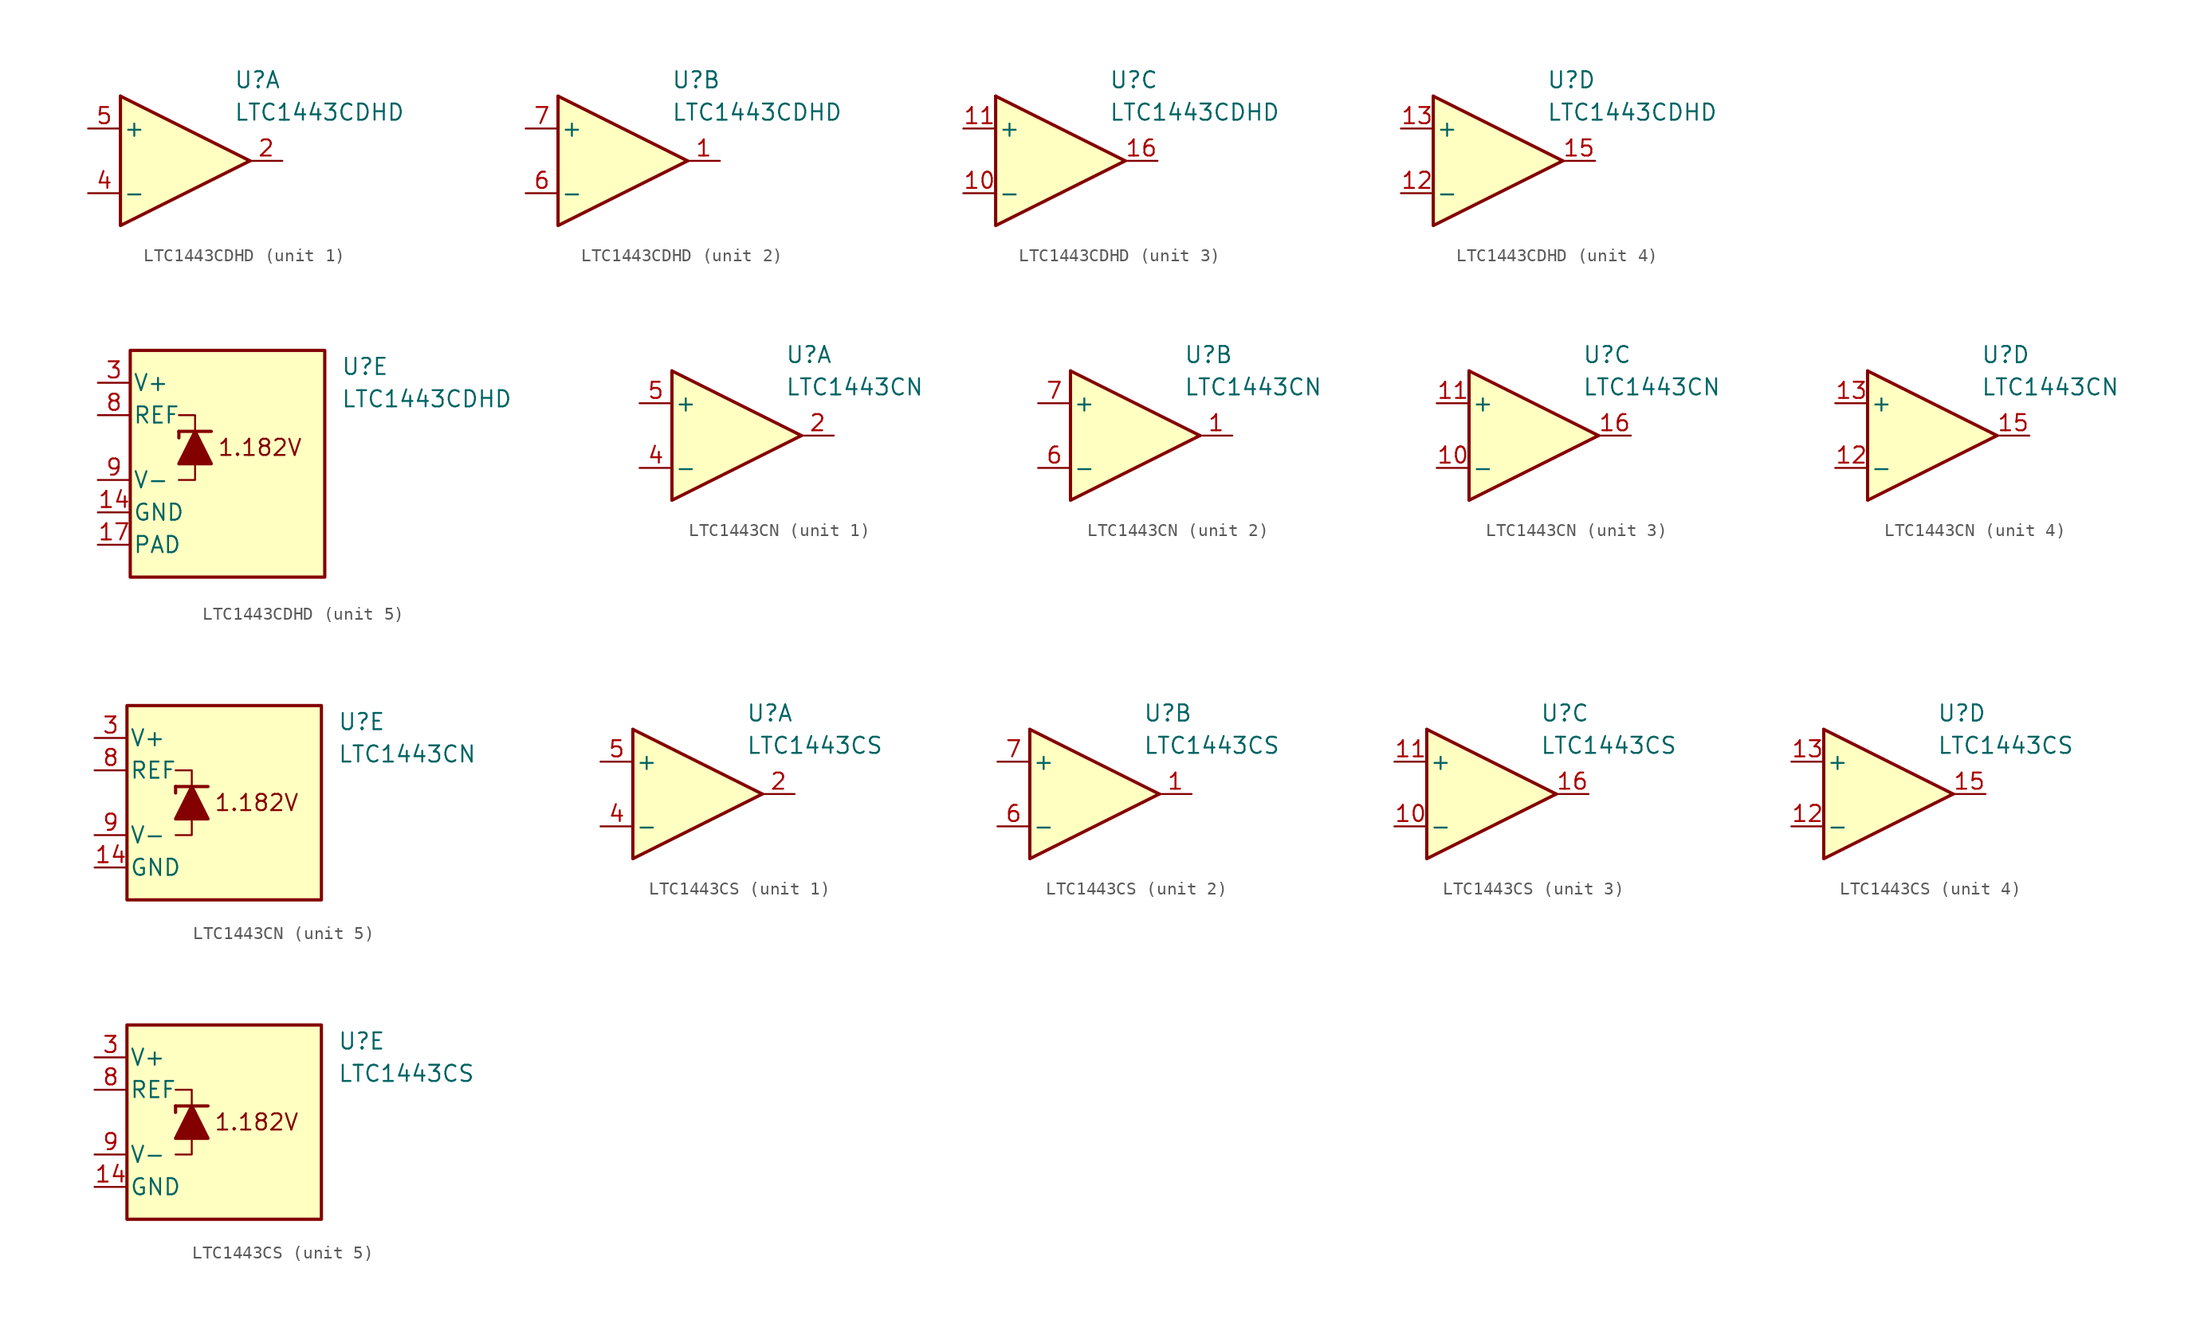
<source format=kicad_sym>
(kicad_symbol_lib
  (version 20211014)
  (generator kicad_symbol_editor)
  (symbol "LTC1443CDHD"
    (pin_names
      (offset 0.2))
    (property "Reference" "U"
      (at 5.08 6.35 0)
      (effects (font (size 1.27 1.27)) (justify left)))
    (property "Value" "LTC1443CDHD"
      (at 5.08 3.81 0)
      (effects (font (size 1.27 1.27)) (justify left)))
    (property "ki_locked" ""
      (at 0 0 0)
      (effects (font (size 1.27 1.27))))
    (symbol "LTC1443CDHD_1_1"
      (polyline (pts (xy -3.81 5.08) (xy 6.35 0)) (stroke (width 0.254) (type default) (color 0 0 0 0)) (fill (type none)))
      (polyline (pts (xy -3.81 5.08) (xy -3.81 -5.08) (xy 6.35 0)) (stroke (width 0.254) (type default) (color 0 0 0 0)) (fill (type background)))
      (pin output line (at 8.89 0 180) (length 2.54) (name "~" (effects (font (size 1.27 1.27)))) (number "2" (effects (font (size 1.27 1.27)))))
      (pin input line (at -6.35 -2.54 0) (length 2.54) (name "-" (effects (font (size 1.27 1.27)))) (number "4" (effects (font (size 1.27 1.27)))))
      (pin input line (at -6.35 2.54 0) (length 2.54) (name "+" (effects (font (size 1.27 1.27)))) (number "5" (effects (font (size 1.27 1.27))))))
    (symbol "LTC1443CDHD_2_1"
      (polyline (pts (xy -3.81 5.08) (xy 6.35 0)) (stroke (width 0.254) (type default) (color 0 0 0 0)) (fill (type none)))
      (polyline (pts (xy -3.81 5.08) (xy -3.81 -5.08) (xy 6.35 0)) (stroke (width 0.254) (type default) (color 0 0 0 0)) (fill (type background)))
      (pin output line (at 8.89 0 180) (length 2.54) (name "~" (effects (font (size 1.27 1.27)))) (number "1" (effects (font (size 1.27 1.27)))))
      (pin input line (at -6.35 -2.54 0) (length 2.54) (name "-" (effects (font (size 1.27 1.27)))) (number "6" (effects (font (size 1.27 1.27)))))
      (pin input line (at -6.35 2.54 0) (length 2.54) (name "+" (effects (font (size 1.27 1.27)))) (number "7" (effects (font (size 1.27 1.27))))))
    (symbol "LTC1443CDHD_3_1"
      (polyline (pts (xy -3.81 5.08) (xy 6.35 0)) (stroke (width 0.254) (type default) (color 0 0 0 0)) (fill (type none)))
      (polyline (pts (xy -3.81 5.08) (xy -3.81 -5.08) (xy 6.35 0)) (stroke (width 0.254) (type default) (color 0 0 0 0)) (fill (type background)))
      (pin input line (at -6.35 -2.54 0) (length 2.54) (name "-" (effects (font (size 1.27 1.27)))) (number "10" (effects (font (size 1.27 1.27)))))
      (pin input line (at -6.35 2.54 0) (length 2.54) (name "+" (effects (font (size 1.27 1.27)))) (number "11" (effects (font (size 1.27 1.27)))))
      (pin output line (at 8.89 0 180) (length 2.54) (name "~" (effects (font (size 1.27 1.27)))) (number "16" (effects (font (size 1.27 1.27))))))
    (symbol "LTC1443CDHD_4_1"
      (polyline (pts (xy -3.81 5.08) (xy 6.35 0)) (stroke (width 0.254) (type default) (color 0 0 0 0)) (fill (type none)))
      (polyline (pts (xy -3.81 5.08) (xy -3.81 -5.08) (xy 6.35 0)) (stroke (width 0.254) (type default) (color 0 0 0 0)) (fill (type background)))
      (pin input line (at -6.35 -2.54 0) (length 2.54) (name "-" (effects (font (size 1.27 1.27)))) (number "12" (effects (font (size 1.27 1.27)))))
      (pin input line (at -6.35 2.54 0) (length 2.54) (name "+" (effects (font (size 1.27 1.27)))) (number "13" (effects (font (size 1.27 1.27)))))
      (pin output line (at 8.89 0 180) (length 2.54) (name "~" (effects (font (size 1.27 1.27)))) (number "15" (effects (font (size 1.27 1.27))))))
    (symbol "LTC1443CDHD_5_0"
      (text "1.182V" (at -1.27 0 0) (effects (font (size 1.27 1.27)))))
    (symbol "LTC1443CDHD_5_1"
      (rectangle (start -11.43 7.62) (end 3.81 -10.16) (stroke (width 0.254) (type default) (color 0 0 0 0)) (fill (type background)))
      (polyline (pts (xy -7.62 1.27) (xy -7.62 0.762)) (stroke (width 0.254) (type default) (color 0 0 0 0)) (fill (type none)))
      (polyline (pts (xy -7.62 1.27) (xy -5.08 1.27)) (stroke (width 0.254) (type default) (color 0 0 0 0)) (fill (type none)))
      (polyline (pts (xy -6.35 -1.27) (xy -6.35 -2.54) (xy -7.62 -2.54)) (stroke (width 0) (type default) (color 0 0 0 0)) (fill (type none)))
      (polyline (pts (xy -6.35 1.27) (xy -6.35 2.54) (xy -7.62 2.54)) (stroke (width 0) (type default) (color 0 0 0 0)) (fill (type none)))
      (polyline (pts (xy -5.08 -1.27) (xy -7.62 -1.27) (xy -6.35 1.27) (xy -5.08 -1.27)) (stroke (width 0.254) (type default) (color 0 0 0 0)) (fill (type outline)))
      (pin power_in line (at -13.97 -5.08 0) (length 2.54) (name "GND" (effects (font (size 1.27 1.27)))) (number "14" (effects (font (size 1.27 1.27)))))
      (pin power_in line (at -13.97 -7.62 0) (length 2.54) (name "PAD" (effects (font (size 1.27 1.27)))) (number "17" (effects (font (size 1.27 1.27)))))
      (pin power_in line (at -13.97 5.08 0) (length 2.54) (name "V+" (effects (font (size 1.27 1.27)))) (number "3" (effects (font (size 1.27 1.27)))))
      (pin output line (at -13.97 2.54 0) (length 2.54) (name "REF" (effects (font (size 1.27 1.27)))) (number "8" (effects (font (size 1.27 1.27)))))
      (pin power_in line (at -13.97 -2.54 0) (length 2.54) (name "V-" (effects (font (size 1.27 1.27)))) (number "9" (effects (font (size 1.27 1.27)))))))
  (symbol "LTC1443CN"
    (pin_names
      (offset 0.2))
    (property "Reference" "U"
      (at 5.08 6.35 0)
      (effects (font (size 1.27 1.27)) (justify left)))
    (property "Value" "LTC1443CN"
      (at 5.08 3.81 0)
      (effects (font (size 1.27 1.27)) (justify left)))
    (property "ki_locked" ""
      (at 0 0 0)
      (effects (font (size 1.27 1.27))))
    (symbol "LTC1443CN_1_1"
      (polyline (pts (xy -3.81 5.08) (xy 6.35 0)) (stroke (width 0.254) (type default) (color 0 0 0 0)) (fill (type none)))
      (polyline (pts (xy -3.81 5.08) (xy -3.81 -5.08) (xy 6.35 0)) (stroke (width 0.254) (type default) (color 0 0 0 0)) (fill (type background)))
      (pin output line (at 8.89 0 180) (length 2.54) (name "~" (effects (font (size 1.27 1.27)))) (number "2" (effects (font (size 1.27 1.27)))))
      (pin input line (at -6.35 -2.54 0) (length 2.54) (name "-" (effects (font (size 1.27 1.27)))) (number "4" (effects (font (size 1.27 1.27)))))
      (pin input line (at -6.35 2.54 0) (length 2.54) (name "+" (effects (font (size 1.27 1.27)))) (number "5" (effects (font (size 1.27 1.27))))))
    (symbol "LTC1443CN_2_1"
      (polyline (pts (xy -3.81 5.08) (xy 6.35 0)) (stroke (width 0.254) (type default) (color 0 0 0 0)) (fill (type none)))
      (polyline (pts (xy -3.81 5.08) (xy -3.81 -5.08) (xy 6.35 0)) (stroke (width 0.254) (type default) (color 0 0 0 0)) (fill (type background)))
      (pin output line (at 8.89 0 180) (length 2.54) (name "~" (effects (font (size 1.27 1.27)))) (number "1" (effects (font (size 1.27 1.27)))))
      (pin input line (at -6.35 -2.54 0) (length 2.54) (name "-" (effects (font (size 1.27 1.27)))) (number "6" (effects (font (size 1.27 1.27)))))
      (pin input line (at -6.35 2.54 0) (length 2.54) (name "+" (effects (font (size 1.27 1.27)))) (number "7" (effects (font (size 1.27 1.27))))))
    (symbol "LTC1443CN_3_1"
      (polyline (pts (xy -3.81 5.08) (xy 6.35 0)) (stroke (width 0.254) (type default) (color 0 0 0 0)) (fill (type none)))
      (polyline (pts (xy -3.81 5.08) (xy -3.81 -5.08) (xy 6.35 0)) (stroke (width 0.254) (type default) (color 0 0 0 0)) (fill (type background)))
      (pin input line (at -6.35 -2.54 0) (length 2.54) (name "-" (effects (font (size 1.27 1.27)))) (number "10" (effects (font (size 1.27 1.27)))))
      (pin input line (at -6.35 2.54 0) (length 2.54) (name "+" (effects (font (size 1.27 1.27)))) (number "11" (effects (font (size 1.27 1.27)))))
      (pin output line (at 8.89 0 180) (length 2.54) (name "~" (effects (font (size 1.27 1.27)))) (number "16" (effects (font (size 1.27 1.27))))))
    (symbol "LTC1443CN_4_1"
      (polyline (pts (xy -3.81 5.08) (xy 6.35 0)) (stroke (width 0.254) (type default) (color 0 0 0 0)) (fill (type none)))
      (polyline (pts (xy -3.81 5.08) (xy -3.81 -5.08) (xy 6.35 0)) (stroke (width 0.254) (type default) (color 0 0 0 0)) (fill (type background)))
      (pin input line (at -6.35 -2.54 0) (length 2.54) (name "-" (effects (font (size 1.27 1.27)))) (number "12" (effects (font (size 1.27 1.27)))))
      (pin input line (at -6.35 2.54 0) (length 2.54) (name "+" (effects (font (size 1.27 1.27)))) (number "13" (effects (font (size 1.27 1.27)))))
      (pin output line (at 8.89 0 180) (length 2.54) (name "~" (effects (font (size 1.27 1.27)))) (number "15" (effects (font (size 1.27 1.27))))))
    (symbol "LTC1443CN_5_0"
      (text "1.182V" (at -1.27 0 0) (effects (font (size 1.27 1.27)))))
    (symbol "LTC1443CN_5_1"
      (rectangle (start -11.43 7.62) (end 3.81 -7.62) (stroke (width 0.254) (type default) (color 0 0 0 0)) (fill (type background)))
      (polyline (pts (xy -7.62 1.27) (xy -7.62 0.762)) (stroke (width 0.254) (type default) (color 0 0 0 0)) (fill (type none)))
      (polyline (pts (xy -7.62 1.27) (xy -5.08 1.27)) (stroke (width 0.254) (type default) (color 0 0 0 0)) (fill (type none)))
      (polyline (pts (xy -6.35 -1.27) (xy -6.35 -2.54) (xy -7.62 -2.54)) (stroke (width 0) (type default) (color 0 0 0 0)) (fill (type none)))
      (polyline (pts (xy -6.35 1.27) (xy -6.35 2.54) (xy -7.62 2.54)) (stroke (width 0) (type default) (color 0 0 0 0)) (fill (type none)))
      (polyline (pts (xy -5.08 -1.27) (xy -7.62 -1.27) (xy -6.35 1.27) (xy -5.08 -1.27)) (stroke (width 0.254) (type default) (color 0 0 0 0)) (fill (type outline)))
      (pin power_in line (at -13.97 -5.08 0) (length 2.54) (name "GND" (effects (font (size 1.27 1.27)))) (number "14" (effects (font (size 1.27 1.27)))))
      (pin power_in line (at -13.97 5.08 0) (length 2.54) (name "V+" (effects (font (size 1.27 1.27)))) (number "3" (effects (font (size 1.27 1.27)))))
      (pin output line (at -13.97 2.54 0) (length 2.54) (name "REF" (effects (font (size 1.27 1.27)))) (number "8" (effects (font (size 1.27 1.27)))))
      (pin power_in line (at -13.97 -2.54 0) (length 2.54) (name "V-" (effects (font (size 1.27 1.27)))) (number "9" (effects (font (size 1.27 1.27)))))))
  (symbol "LTC1443CS"
    (pin_names
      (offset 0.2))
    (property "Reference" "U"
      (at 5.08 6.35 0)
      (effects (font (size 1.27 1.27)) (justify left)))
    (property "Value" "LTC1443CS"
      (at 5.08 3.81 0)
      (effects (font (size 1.27 1.27)) (justify left)))
    (property "ki_locked" ""
      (at 0 0 0)
      (effects (font (size 1.27 1.27))))
    (symbol "LTC1443CS_1_1"
      (polyline (pts (xy -3.81 5.08) (xy 6.35 0)) (stroke (width 0.254) (type default) (color 0 0 0 0)) (fill (type none)))
      (polyline (pts (xy -3.81 5.08) (xy -3.81 -5.08) (xy 6.35 0)) (stroke (width 0.254) (type default) (color 0 0 0 0)) (fill (type background)))
      (pin output line (at 8.89 0 180) (length 2.54) (name "~" (effects (font (size 1.27 1.27)))) (number "2" (effects (font (size 1.27 1.27)))))
      (pin input line (at -6.35 -2.54 0) (length 2.54) (name "-" (effects (font (size 1.27 1.27)))) (number "4" (effects (font (size 1.27 1.27)))))
      (pin input line (at -6.35 2.54 0) (length 2.54) (name "+" (effects (font (size 1.27 1.27)))) (number "5" (effects (font (size 1.27 1.27))))))
    (symbol "LTC1443CS_2_1"
      (polyline (pts (xy -3.81 5.08) (xy 6.35 0)) (stroke (width 0.254) (type default) (color 0 0 0 0)) (fill (type none)))
      (polyline (pts (xy -3.81 5.08) (xy -3.81 -5.08) (xy 6.35 0)) (stroke (width 0.254) (type default) (color 0 0 0 0)) (fill (type background)))
      (pin output line (at 8.89 0 180) (length 2.54) (name "~" (effects (font (size 1.27 1.27)))) (number "1" (effects (font (size 1.27 1.27)))))
      (pin input line (at -6.35 -2.54 0) (length 2.54) (name "-" (effects (font (size 1.27 1.27)))) (number "6" (effects (font (size 1.27 1.27)))))
      (pin input line (at -6.35 2.54 0) (length 2.54) (name "+" (effects (font (size 1.27 1.27)))) (number "7" (effects (font (size 1.27 1.27))))))
    (symbol "LTC1443CS_3_1"
      (polyline (pts (xy -3.81 5.08) (xy 6.35 0)) (stroke (width 0.254) (type default) (color 0 0 0 0)) (fill (type none)))
      (polyline (pts (xy -3.81 5.08) (xy -3.81 -5.08) (xy 6.35 0)) (stroke (width 0.254) (type default) (color 0 0 0 0)) (fill (type background)))
      (pin input line (at -6.35 -2.54 0) (length 2.54) (name "-" (effects (font (size 1.27 1.27)))) (number "10" (effects (font (size 1.27 1.27)))))
      (pin input line (at -6.35 2.54 0) (length 2.54) (name "+" (effects (font (size 1.27 1.27)))) (number "11" (effects (font (size 1.27 1.27)))))
      (pin output line (at 8.89 0 180) (length 2.54) (name "~" (effects (font (size 1.27 1.27)))) (number "16" (effects (font (size 1.27 1.27))))))
    (symbol "LTC1443CS_4_1"
      (polyline (pts (xy -3.81 5.08) (xy 6.35 0)) (stroke (width 0.254) (type default) (color 0 0 0 0)) (fill (type none)))
      (polyline (pts (xy -3.81 5.08) (xy -3.81 -5.08) (xy 6.35 0)) (stroke (width 0.254) (type default) (color 0 0 0 0)) (fill (type background)))
      (pin input line (at -6.35 -2.54 0) (length 2.54) (name "-" (effects (font (size 1.27 1.27)))) (number "12" (effects (font (size 1.27 1.27)))))
      (pin input line (at -6.35 2.54 0) (length 2.54) (name "+" (effects (font (size 1.27 1.27)))) (number "13" (effects (font (size 1.27 1.27)))))
      (pin output line (at 8.89 0 180) (length 2.54) (name "~" (effects (font (size 1.27 1.27)))) (number "15" (effects (font (size 1.27 1.27))))))
    (symbol "LTC1443CS_5_0"
      (text "1.182V" (at -1.27 0 0) (effects (font (size 1.27 1.27)))))
    (symbol "LTC1443CS_5_1"
      (rectangle (start -11.43 7.62) (end 3.81 -7.62) (stroke (width 0.254) (type default) (color 0 0 0 0)) (fill (type background)))
      (polyline (pts (xy -7.62 1.27) (xy -7.62 0.762)) (stroke (width 0.254) (type default) (color 0 0 0 0)) (fill (type none)))
      (polyline (pts (xy -7.62 1.27) (xy -5.08 1.27)) (stroke (width 0.254) (type default) (color 0 0 0 0)) (fill (type none)))
      (polyline (pts (xy -6.35 -1.27) (xy -6.35 -2.54) (xy -7.62 -2.54)) (stroke (width 0) (type default) (color 0 0 0 0)) (fill (type none)))
      (polyline (pts (xy -6.35 1.27) (xy -6.35 2.54) (xy -7.62 2.54)) (stroke (width 0) (type default) (color 0 0 0 0)) (fill (type none)))
      (polyline (pts (xy -5.08 -1.27) (xy -7.62 -1.27) (xy -6.35 1.27) (xy -5.08 -1.27)) (stroke (width 0.254) (type default) (color 0 0 0 0)) (fill (type outline)))
      (pin power_in line (at -13.97 -5.08 0) (length 2.54) (name "GND" (effects (font (size 1.27 1.27)))) (number "14" (effects (font (size 1.27 1.27)))))
      (pin power_in line (at -13.97 5.08 0) (length 2.54) (name "V+" (effects (font (size 1.27 1.27)))) (number "3" (effects (font (size 1.27 1.27)))))
      (pin output line (at -13.97 2.54 0) (length 2.54) (name "REF" (effects (font (size 1.27 1.27)))) (number "8" (effects (font (size 1.27 1.27)))))
      (pin power_in line (at -13.97 -2.54 0) (length 2.54) (name "V-" (effects (font (size 1.27 1.27)))) (number "9" (effects (font (size 1.27 1.27))))))))
</source>
